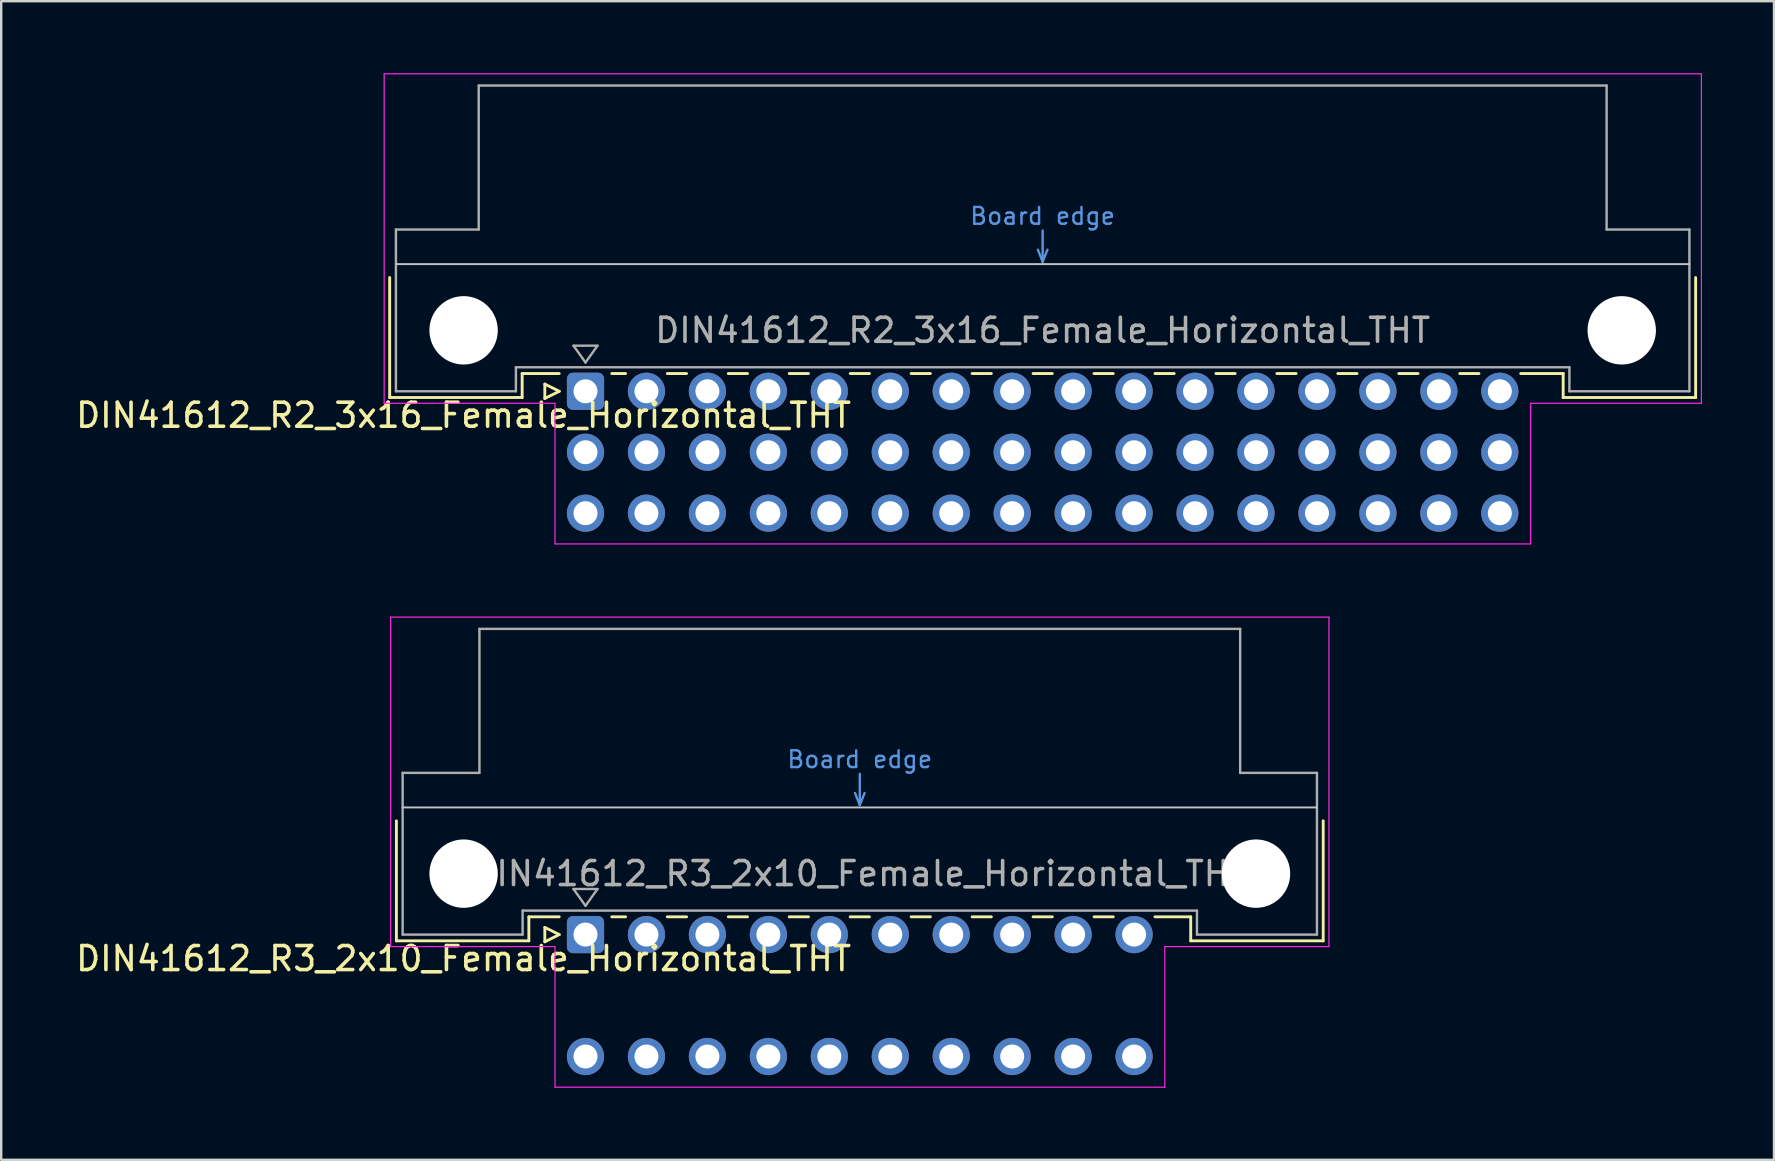
<source format=kicad_pcb>
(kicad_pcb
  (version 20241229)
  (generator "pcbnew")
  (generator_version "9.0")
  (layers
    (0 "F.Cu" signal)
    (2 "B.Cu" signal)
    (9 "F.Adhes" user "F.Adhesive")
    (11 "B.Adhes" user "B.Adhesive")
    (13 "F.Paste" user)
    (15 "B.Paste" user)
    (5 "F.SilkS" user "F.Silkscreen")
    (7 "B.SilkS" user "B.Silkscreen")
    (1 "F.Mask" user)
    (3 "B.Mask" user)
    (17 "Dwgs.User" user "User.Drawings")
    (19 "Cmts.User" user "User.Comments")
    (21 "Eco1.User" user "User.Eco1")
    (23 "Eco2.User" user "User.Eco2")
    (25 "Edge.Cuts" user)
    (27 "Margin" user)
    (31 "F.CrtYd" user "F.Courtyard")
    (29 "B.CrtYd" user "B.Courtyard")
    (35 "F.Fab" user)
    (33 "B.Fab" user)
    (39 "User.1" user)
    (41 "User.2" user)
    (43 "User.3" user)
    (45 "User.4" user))
  (footprint "DIN41612_R2_3x16_Female_Horizontal_THT"
    (layer "F.Cu")
    (at 21.348 13.255)
    (property "Reference" "DIN41612_R2_3x16_Female_Horizontal_THT" (at -5.08 1 0) (layer "F.SilkS") (effects (font (size 1 1) (thickness 0.15))))
    (attr through_hole)
    (fp_line (start -8.16 -4.74) (end -8.16 0.26) (stroke (width 0.12) (type solid)) (layer "F.SilkS"))
    (fp_line (start -8.16 0.26) (end -2.64 0.26) (stroke (width 0.12) (type solid)) (layer "F.SilkS"))
    (fp_line (start -2.64 -0.74) (end -1.095 -0.74) (stroke (width 0.12) (type solid)) (layer "F.SilkS"))
    (fp_line (start -2.64 0.26) (end -2.64 -0.74) (stroke (width 0.12) (type solid)) (layer "F.SilkS"))
    (fp_line (start -1.695 -0.3) (end -1.695 0.3) (stroke (width 0.12) (type solid)) (layer "F.SilkS"))
    (fp_line (start -1.695 0.3) (end -1.095 0) (stroke (width 0.12) (type solid)) (layer "F.SilkS"))
    (fp_line (start -1.095 0) (end -1.695 -0.3) (stroke (width 0.12) (type solid)) (layer "F.SilkS"))
    (fp_line (start 1.095 -0.74) (end 1.671 -0.74) (stroke (width 0.12) (type solid)) (layer "F.SilkS"))
    (fp_line (start 3.41 -0.74) (end 4.211 -0.74) (stroke (width 0.12) (type solid)) (layer "F.SilkS"))
    (fp_line (start 5.95 -0.74) (end 6.751 -0.74) (stroke (width 0.12) (type solid)) (layer "F.SilkS"))
    (fp_line (start 8.49 -0.74) (end 9.291 -0.74) (stroke (width 0.12) (type solid)) (layer "F.SilkS"))
    (fp_line (start 11.03 -0.74) (end 11.831 -0.74) (stroke (width 0.12) (type solid)) (layer "F.SilkS"))
    (fp_line (start 13.57 -0.74) (end 14.371 -0.74) (stroke (width 0.12) (type solid)) (layer "F.SilkS"))
    (fp_line (start 16.11 -0.74) (end 16.911 -0.74) (stroke (width 0.12) (type solid)) (layer "F.SilkS"))
    (fp_line (start 18.65 -0.74) (end 19.451 -0.74) (stroke (width 0.12) (type solid)) (layer "F.SilkS"))
    (fp_line (start 21.19 -0.74) (end 21.991 -0.74) (stroke (width 0.12) (type solid)) (layer "F.SilkS"))
    (fp_line (start 23.73 -0.74) (end 24.531 -0.74) (stroke (width 0.12) (type solid)) (layer "F.SilkS"))
    (fp_line (start 26.27 -0.74) (end 27.071 -0.74) (stroke (width 0.12) (type solid)) (layer "F.SilkS"))
    (fp_line (start 28.81 -0.74) (end 29.611 -0.74) (stroke (width 0.12) (type solid)) (layer "F.SilkS"))
    (fp_line (start 31.35 -0.74) (end 32.151 -0.74) (stroke (width 0.12) (type solid)) (layer "F.SilkS"))
    (fp_line (start 33.89 -0.74) (end 34.691 -0.74) (stroke (width 0.12) (type solid)) (layer "F.SilkS"))
    (fp_line (start 36.43 -0.74) (end 37.231 -0.74) (stroke (width 0.12) (type solid)) (layer "F.SilkS"))
    (fp_line (start 38.97 -0.74) (end 40.74 -0.74) (stroke (width 0.12) (type solid)) (layer "F.SilkS"))
    (fp_line (start 40.74 0.26) (end 40.74 -0.74) (stroke (width 0.12) (type solid)) (layer "F.SilkS"))
    (fp_line (start 46.26 -4.74) (end 46.26 0.26) (stroke (width 0.12) (type solid)) (layer "F.SilkS"))
    (fp_line (start 46.26 0.26) (end 40.74 0.26) (stroke (width 0.12) (type solid)) (layer "F.SilkS"))
    (fp_line (start -7.9 -5.3) (end 46 -5.3) (stroke (width 0.08) (type solid)) (layer "Dwgs.User"))
    (fp_line (start 18.85 -5.9) (end 19.05 -5.4) (stroke (width 0.1) (type solid)) (layer "Cmts.User"))
    (fp_line (start 19.05 -5.4) (end 19.05 -6.7) (stroke (width 0.1) (type solid)) (layer "Cmts.User"))
    (fp_line (start 19.05 -5.4) (end 19.25 -5.9) (stroke (width 0.1) (type solid)) (layer "Cmts.User"))
    (fp_line (start -8.39 -13.23) (end -8.39 0.5) (stroke (width 0.05) (type solid)) (layer "F.CrtYd"))
    (fp_line (start -8.39 0.5) (end -1.27 0.5) (stroke (width 0.05) (type solid)) (layer "F.CrtYd"))
    (fp_line (start -1.27 0.5) (end -1.27 6.36) (stroke (width 0.05) (type solid)) (layer "F.CrtYd"))
    (fp_line (start -1.27 6.36) (end 39.38 6.36) (stroke (width 0.05) (type solid)) (layer "F.CrtYd"))
    (fp_line (start 39.38 0.5) (end 46.5 0.5) (stroke (width 0.05) (type solid)) (layer "F.CrtYd"))
    (fp_line (start 39.38 6.36) (end 39.38 0.5) (stroke (width 0.05) (type solid)) (layer "F.CrtYd"))
    (fp_line (start 46.5 -13.23) (end -8.39 -13.23) (stroke (width 0.05) (type solid)) (layer "F.CrtYd"))
    (fp_line (start 46.5 0.5) (end 46.5 -13.23) (stroke (width 0.05) (type solid)) (layer "F.CrtYd"))
    (fp_line (start -7.9 -6.74) (end -7.9 0) (stroke (width 0.1) (type solid)) (layer "F.Fab"))
    (fp_line (start -7.9 0) (end -2.9 0) (stroke (width 0.1) (type solid)) (layer "F.Fab"))
    (fp_line (start -4.45 -12.74) (end -4.45 -6.74) (stroke (width 0.1) (type solid)) (layer "F.Fab"))
    (fp_line (start -4.45 -6.74) (end -7.9 -6.74) (stroke (width 0.1) (type solid)) (layer "F.Fab"))
    (fp_line (start -2.9 -1) (end 41 -1) (stroke (width 0.1) (type solid)) (layer "F.Fab"))
    (fp_line (start -2.9 0) (end -2.9 -1) (stroke (width 0.1) (type solid)) (layer "F.Fab"))
    (fp_line (start -0.5 -1.9) (end 0.5 -1.9) (stroke (width 0.1) (type solid)) (layer "F.Fab"))
    (fp_line (start 0 -1.2) (end -0.5 -1.9) (stroke (width 0.1) (type solid)) (layer "F.Fab"))
    (fp_line (start 0.5 -1.9) (end 0 -1.2) (stroke (width 0.1) (type solid)) (layer "F.Fab"))
    (fp_line (start 41 -1) (end 41 0) (stroke (width 0.1) (type solid)) (layer "F.Fab"))
    (fp_line (start 41 0) (end 46 0) (stroke (width 0.1) (type solid)) (layer "F.Fab"))
    (fp_line (start 42.55 -12.74) (end -4.45 -12.74) (stroke (width 0.1) (type solid)) (layer "F.Fab"))
    (fp_line (start 42.55 -6.74) (end 42.55 -12.74) (stroke (width 0.1) (type solid)) (layer "F.Fab"))
    (fp_line (start 46 -6.74) (end 42.55 -6.74) (stroke (width 0.1) (type solid)) (layer "F.Fab"))
    (fp_line (start 46 0) (end 46 -6.74) (stroke (width 0.1) (type solid)) (layer "F.Fab"))
    (fp_text user "Board edge" (at 19.05 -7.3 0) (layer "Cmts.User") (effects (font (size 0.7 0.7) (thickness 0.1))))
    (fp_text user "${REFERENCE}" (at 19.05 -2.54 0) (layer "F.Fab") (effects (font (size 1 1) (thickness 0.15))))
    (pad "" np_thru_hole circle (at -5.08 -2.54) (size 2.85 2.85) (drill 2.85) (layers "*.Cu" "*.Mask"))
    (pad "" np_thru_hole circle (at 43.18 -2.54) (size 2.85 2.85) (drill 2.85) (layers "*.Cu" "*.Mask"))
    (pad "a1" thru_hole roundrect (at 0 0) (size 1.55 1.55) (drill 1) (layers "*.Cu" "*.Mask") (roundrect_rratio 0.161))
    (pad "a2" thru_hole circle (at 2.54 0) (size 1.55 1.55) (drill 1) (layers "*.Cu" "*.Mask"))
    (pad "a3" thru_hole circle (at 5.08 0) (size 1.55 1.55) (drill 1) (layers "*.Cu" "*.Mask"))
    (pad "a4" thru_hole circle (at 7.62 0) (size 1.55 1.55) (drill 1) (layers "*.Cu" "*.Mask"))
    (pad "a5" thru_hole circle (at 10.16 0) (size 1.55 1.55) (drill 1) (layers "*.Cu" "*.Mask"))
    (pad "a6" thru_hole circle (at 12.7 0) (size 1.55 1.55) (drill 1) (layers "*.Cu" "*.Mask"))
    (pad "a7" thru_hole circle (at 15.24 0) (size 1.55 1.55) (drill 1) (layers "*.Cu" "*.Mask"))
    (pad "a8" thru_hole circle (at 17.78 0) (size 1.55 1.55) (drill 1) (layers "*.Cu" "*.Mask"))
    (pad "a9" thru_hole circle (at 20.32 0) (size 1.55 1.55) (drill 1) (layers "*.Cu" "*.Mask"))
    (pad "a10" thru_hole circle (at 22.86 0) (size 1.55 1.55) (drill 1) (layers "*.Cu" "*.Mask"))
    (pad "a11" thru_hole circle (at 25.4 0) (size 1.55 1.55) (drill 1) (layers "*.Cu" "*.Mask"))
    (pad "a12" thru_hole circle (at 27.94 0) (size 1.55 1.55) (drill 1) (layers "*.Cu" "*.Mask"))
    (pad "a13" thru_hole circle (at 30.48 0) (size 1.55 1.55) (drill 1) (layers "*.Cu" "*.Mask"))
    (pad "a14" thru_hole circle (at 33.02 0) (size 1.55 1.55) (drill 1) (layers "*.Cu" "*.Mask"))
    (pad "a15" thru_hole circle (at 35.56 0) (size 1.55 1.55) (drill 1) (layers "*.Cu" "*.Mask"))
    (pad "a16" thru_hole circle (at 38.1 0) (size 1.55 1.55) (drill 1) (layers "*.Cu" "*.Mask"))
    (pad "b1" thru_hole circle (at 0 2.54) (size 1.55 1.55) (drill 1) (layers "*.Cu" "*.Mask"))
    (pad "b2" thru_hole circle (at 2.54 2.54) (size 1.55 1.55) (drill 1) (layers "*.Cu" "*.Mask"))
    (pad "b3" thru_hole circle (at 5.08 2.54) (size 1.55 1.55) (drill 1) (layers "*.Cu" "*.Mask"))
    (pad "b4" thru_hole circle (at 7.62 2.54) (size 1.55 1.55) (drill 1) (layers "*.Cu" "*.Mask"))
    (pad "b5" thru_hole circle (at 10.16 2.54) (size 1.55 1.55) (drill 1) (layers "*.Cu" "*.Mask"))
    (pad "b6" thru_hole circle (at 12.7 2.54) (size 1.55 1.55) (drill 1) (layers "*.Cu" "*.Mask"))
    (pad "b7" thru_hole circle (at 15.24 2.54) (size 1.55 1.55) (drill 1) (layers "*.Cu" "*.Mask"))
    (pad "b8" thru_hole circle (at 17.78 2.54) (size 1.55 1.55) (drill 1) (layers "*.Cu" "*.Mask"))
    (pad "b9" thru_hole circle (at 20.32 2.54) (size 1.55 1.55) (drill 1) (layers "*.Cu" "*.Mask"))
    (pad "b10" thru_hole circle (at 22.86 2.54) (size 1.55 1.55) (drill 1) (layers "*.Cu" "*.Mask"))
    (pad "b11" thru_hole circle (at 25.4 2.54) (size 1.55 1.55) (drill 1) (layers "*.Cu" "*.Mask"))
    (pad "b12" thru_hole circle (at 27.94 2.54) (size 1.55 1.55) (drill 1) (layers "*.Cu" "*.Mask"))
    (pad "b13" thru_hole circle (at 30.48 2.54) (size 1.55 1.55) (drill 1) (layers "*.Cu" "*.Mask"))
    (pad "b14" thru_hole circle (at 33.02 2.54) (size 1.55 1.55) (drill 1) (layers "*.Cu" "*.Mask"))
    (pad "b15" thru_hole circle (at 35.56 2.54) (size 1.55 1.55) (drill 1) (layers "*.Cu" "*.Mask"))
    (pad "b16" thru_hole circle (at 38.1 2.54) (size 1.55 1.55) (drill 1) (layers "*.Cu" "*.Mask"))
    (pad "c1" thru_hole circle (at 0 5.08) (size 1.55 1.55) (drill 1) (layers "*.Cu" "*.Mask"))
    (pad "c2" thru_hole circle (at 2.54 5.08) (size 1.55 1.55) (drill 1) (layers "*.Cu" "*.Mask"))
    (pad "c3" thru_hole circle (at 5.08 5.08) (size 1.55 1.55) (drill 1) (layers "*.Cu" "*.Mask"))
    (pad "c4" thru_hole circle (at 7.62 5.08) (size 1.55 1.55) (drill 1) (layers "*.Cu" "*.Mask"))
    (pad "c5" thru_hole circle (at 10.16 5.08) (size 1.55 1.55) (drill 1) (layers "*.Cu" "*.Mask"))
    (pad "c6" thru_hole circle (at 12.7 5.08) (size 1.55 1.55) (drill 1) (layers "*.Cu" "*.Mask"))
    (pad "c7" thru_hole circle (at 15.24 5.08) (size 1.55 1.55) (drill 1) (layers "*.Cu" "*.Mask"))
    (pad "c8" thru_hole circle (at 17.78 5.08) (size 1.55 1.55) (drill 1) (layers "*.Cu" "*.Mask"))
    (pad "c9" thru_hole circle (at 20.32 5.08) (size 1.55 1.55) (drill 1) (layers "*.Cu" "*.Mask"))
    (pad "c10" thru_hole circle (at 22.86 5.08) (size 1.55 1.55) (drill 1) (layers "*.Cu" "*.Mask"))
    (pad "c11" thru_hole circle (at 25.4 5.08) (size 1.55 1.55) (drill 1) (layers "*.Cu" "*.Mask"))
    (pad "c12" thru_hole circle (at 27.94 5.08) (size 1.55 1.55) (drill 1) (layers "*.Cu" "*.Mask"))
    (pad "c13" thru_hole circle (at 30.48 5.08) (size 1.55 1.55) (drill 1) (layers "*.Cu" "*.Mask"))
    (pad "c14" thru_hole circle (at 33.02 5.08) (size 1.55 1.55) (drill 1) (layers "*.Cu" "*.Mask"))
    (pad "c15" thru_hole circle (at 35.56 5.08) (size 1.55 1.55) (drill 1) (layers "*.Cu" "*.Mask"))
    (pad "c16" thru_hole circle (at 38.1 5.08) (size 1.55 1.55) (drill 1) (layers "*.Cu" "*.Mask")))
  (footprint "DIN41612_R3_2x10_Female_Horizontal_THT"
    (layer "F.Cu")
    (at 21.348 35.895)
    (property "Reference" "DIN41612_R3_2x10_Female_Horizontal_THT" (at -5.08 1 0) (layer "F.SilkS") (effects (font (size 1 1) (thickness 0.15))))
    (attr through_hole)
    (fp_line (start -7.88 -4.74) (end -7.88 0.26) (stroke (width 0.12) (type solid)) (layer "F.SilkS"))
    (fp_line (start -7.88 0.26) (end -2.36 0.26) (stroke (width 0.12) (type solid)) (layer "F.SilkS"))
    (fp_line (start -2.361 -0.74) (end -1.095 -0.74) (stroke (width 0.12) (type solid)) (layer "F.SilkS"))
    (fp_line (start -2.36 0.26) (end -2.36 -0.74) (stroke (width 0.12) (type solid)) (layer "F.SilkS"))
    (fp_line (start -1.695 -0.3) (end -1.695 0.3) (stroke (width 0.12) (type solid)) (layer "F.SilkS"))
    (fp_line (start -1.695 0.3) (end -1.095 0) (stroke (width 0.12) (type solid)) (layer "F.SilkS"))
    (fp_line (start -1.095 0) (end -1.695 -0.3) (stroke (width 0.12) (type solid)) (layer "F.SilkS"))
    (fp_line (start 1.095 -0.74) (end 1.671 -0.74) (stroke (width 0.12) (type solid)) (layer "F.SilkS"))
    (fp_line (start 3.41 -0.74) (end 4.211 -0.74) (stroke (width 0.12) (type solid)) (layer "F.SilkS"))
    (fp_line (start 5.95 -0.74) (end 6.751 -0.74) (stroke (width 0.12) (type solid)) (layer "F.SilkS"))
    (fp_line (start 8.49 -0.74) (end 9.291 -0.74) (stroke (width 0.12) (type solid)) (layer "F.SilkS"))
    (fp_line (start 11.03 -0.74) (end 11.831 -0.74) (stroke (width 0.12) (type solid)) (layer "F.SilkS"))
    (fp_line (start 13.57 -0.74) (end 14.371 -0.74) (stroke (width 0.12) (type solid)) (layer "F.SilkS"))
    (fp_line (start 16.11 -0.74) (end 16.911 -0.74) (stroke (width 0.12) (type solid)) (layer "F.SilkS"))
    (fp_line (start 18.65 -0.74) (end 19.451 -0.74) (stroke (width 0.12) (type solid)) (layer "F.SilkS"))
    (fp_line (start 21.19 -0.74) (end 21.991 -0.74) (stroke (width 0.12) (type solid)) (layer "F.SilkS"))
    (fp_line (start 23.73 -0.74) (end 25.22 -0.74) (stroke (width 0.12) (type solid)) (layer "F.SilkS"))
    (fp_line (start 25.22 0.26) (end 25.22 -0.74) (stroke (width 0.12) (type solid)) (layer "F.SilkS"))
    (fp_line (start 30.74 -4.74) (end 30.74 0.26) (stroke (width 0.12) (type solid)) (layer "F.SilkS"))
    (fp_line (start 30.74 0.26) (end 25.22 0.26) (stroke (width 0.12) (type solid)) (layer "F.SilkS"))
    (fp_line (start -7.62 -5.3) (end 30.48 -5.3) (stroke (width 0.08) (type solid)) (layer "Dwgs.User"))
    (fp_line (start 11.23 -5.9) (end 11.43 -5.4) (stroke (width 0.1) (type solid)) (layer "Cmts.User"))
    (fp_line (start 11.43 -5.4) (end 11.43 -6.7) (stroke (width 0.1) (type solid)) (layer "Cmts.User"))
    (fp_line (start 11.43 -5.4) (end 11.63 -5.9) (stroke (width 0.1) (type solid)) (layer "Cmts.User"))
    (fp_line (start -8.12 -13.23) (end -8.12 0.5) (stroke (width 0.05) (type solid)) (layer "F.CrtYd"))
    (fp_line (start -8.12 0.5) (end -1.27 0.5) (stroke (width 0.05) (type solid)) (layer "F.CrtYd"))
    (fp_line (start -1.27 0.5) (end -1.27 6.36) (stroke (width 0.05) (type solid)) (layer "F.CrtYd"))
    (fp_line (start -1.27 6.36) (end 24.14 6.36) (stroke (width 0.05) (type solid)) (layer "F.CrtYd"))
    (fp_line (start 24.14 0.5) (end 30.98 0.5) (stroke (width 0.05) (type solid)) (layer "F.CrtYd"))
    (fp_line (start 24.14 6.36) (end 24.14 0.5) (stroke (width 0.05) (type solid)) (layer "F.CrtYd"))
    (fp_line (start 30.98 -13.23) (end -8.12 -13.23) (stroke (width 0.05) (type solid)) (layer "F.CrtYd"))
    (fp_line (start 30.98 0.5) (end 30.98 -13.23) (stroke (width 0.05) (type solid)) (layer "F.CrtYd"))
    (fp_line (start -7.62 -6.74) (end -7.62 0) (stroke (width 0.1) (type solid)) (layer "F.Fab"))
    (fp_line (start -7.62 0) (end -2.62 0) (stroke (width 0.1) (type solid)) (layer "F.Fab"))
    (fp_line (start -4.42 -12.74) (end -4.42 -6.74) (stroke (width 0.1) (type solid)) (layer "F.Fab"))
    (fp_line (start -4.42 -6.74) (end -7.62 -6.74) (stroke (width 0.1) (type solid)) (layer "F.Fab"))
    (fp_line (start -2.62 -1) (end 25.48 -1) (stroke (width 0.1) (type solid)) (layer "F.Fab"))
    (fp_line (start -2.62 0) (end -2.62 -1) (stroke (width 0.1) (type solid)) (layer "F.Fab"))
    (fp_line (start -0.5 -1.9) (end 0.5 -1.9) (stroke (width 0.1) (type solid)) (layer "F.Fab"))
    (fp_line (start 0 -1.2) (end -0.5 -1.9) (stroke (width 0.1) (type solid)) (layer "F.Fab"))
    (fp_line (start 0.5 -1.9) (end 0 -1.2) (stroke (width 0.1) (type solid)) (layer "F.Fab"))
    (fp_line (start 25.48 -1) (end 25.48 0) (stroke (width 0.1) (type solid)) (layer "F.Fab"))
    (fp_line (start 25.48 0) (end 30.48 0) (stroke (width 0.1) (type solid)) (layer "F.Fab"))
    (fp_line (start 27.28 -12.74) (end -4.42 -12.74) (stroke (width 0.1) (type solid)) (layer "F.Fab"))
    (fp_line (start 27.28 -6.74) (end 27.28 -12.74) (stroke (width 0.1) (type solid)) (layer "F.Fab"))
    (fp_line (start 30.48 -6.74) (end 27.28 -6.74) (stroke (width 0.1) (type solid)) (layer "F.Fab"))
    (fp_line (start 30.48 0) (end 30.48 -6.74) (stroke (width 0.1) (type solid)) (layer "F.Fab"))
    (fp_text user "Board edge" (at 11.43 -7.3 0) (layer "Cmts.User") (effects (font (size 0.7 0.7) (thickness 0.1))))
    (fp_text user "${REFERENCE}" (at 11.43 -2.54 0) (layer "F.Fab") (effects (font (size 1 1) (thickness 0.15))))
    (pad "" np_thru_hole circle (at -5.08 -2.54) (size 2.85 2.85) (drill 2.85) (layers "*.Cu" "*.Mask"))
    (pad "" np_thru_hole circle (at 27.94 -2.54) (size 2.85 2.85) (drill 2.85) (layers "*.Cu" "*.Mask"))
    (pad "a1" thru_hole roundrect (at 0 0) (size 1.55 1.55) (drill 1) (layers "*.Cu" "*.Mask") (roundrect_rratio 0.161))
    (pad "a2" thru_hole circle (at 2.54 0) (size 1.55 1.55) (drill 1) (layers "*.Cu" "*.Mask"))
    (pad "a3" thru_hole circle (at 5.08 0) (size 1.55 1.55) (drill 1) (layers "*.Cu" "*.Mask"))
    (pad "a4" thru_hole circle (at 7.62 0) (size 1.55 1.55) (drill 1) (layers "*.Cu" "*.Mask"))
    (pad "a5" thru_hole circle (at 10.16 0) (size 1.55 1.55) (drill 1) (layers "*.Cu" "*.Mask"))
    (pad "a6" thru_hole circle (at 12.7 0) (size 1.55 1.55) (drill 1) (layers "*.Cu" "*.Mask"))
    (pad "a7" thru_hole circle (at 15.24 0) (size 1.55 1.55) (drill 1) (layers "*.Cu" "*.Mask"))
    (pad "a8" thru_hole circle (at 17.78 0) (size 1.55 1.55) (drill 1) (layers "*.Cu" "*.Mask"))
    (pad "a9" thru_hole circle (at 20.32 0) (size 1.55 1.55) (drill 1) (layers "*.Cu" "*.Mask"))
    (pad "a10" thru_hole circle (at 22.86 0) (size 1.55 1.55) (drill 1) (layers "*.Cu" "*.Mask"))
    (pad "c1" thru_hole circle (at 0 5.08) (size 1.55 1.55) (drill 1) (layers "*.Cu" "*.Mask"))
    (pad "c2" thru_hole circle (at 2.54 5.08) (size 1.55 1.55) (drill 1) (layers "*.Cu" "*.Mask"))
    (pad "c3" thru_hole circle (at 5.08 5.08) (size 1.55 1.55) (drill 1) (layers "*.Cu" "*.Mask"))
    (pad "c4" thru_hole circle (at 7.62 5.08) (size 1.55 1.55) (drill 1) (layers "*.Cu" "*.Mask"))
    (pad "c5" thru_hole circle (at 10.16 5.08) (size 1.55 1.55) (drill 1) (layers "*.Cu" "*.Mask"))
    (pad "c6" thru_hole circle (at 12.7 5.08) (size 1.55 1.55) (drill 1) (layers "*.Cu" "*.Mask"))
    (pad "c7" thru_hole circle (at 15.24 5.08) (size 1.55 1.55) (drill 1) (layers "*.Cu" "*.Mask"))
    (pad "c8" thru_hole circle (at 17.78 5.08) (size 1.55 1.55) (drill 1) (layers "*.Cu" "*.Mask"))
    (pad "c9" thru_hole circle (at 20.32 5.08) (size 1.55 1.55) (drill 1) (layers "*.Cu" "*.Mask"))
    (pad "c10" thru_hole circle (at 22.86 5.08) (size 1.55 1.55) (drill 1) (layers "*.Cu" "*.Mask")))
  (gr_rect
    (start -3 -3)
    (end 70.873 45.28)
    (stroke (width 0.1) (type default))
    (fill no)
    (layer "Edge.Cuts")))
</source>
